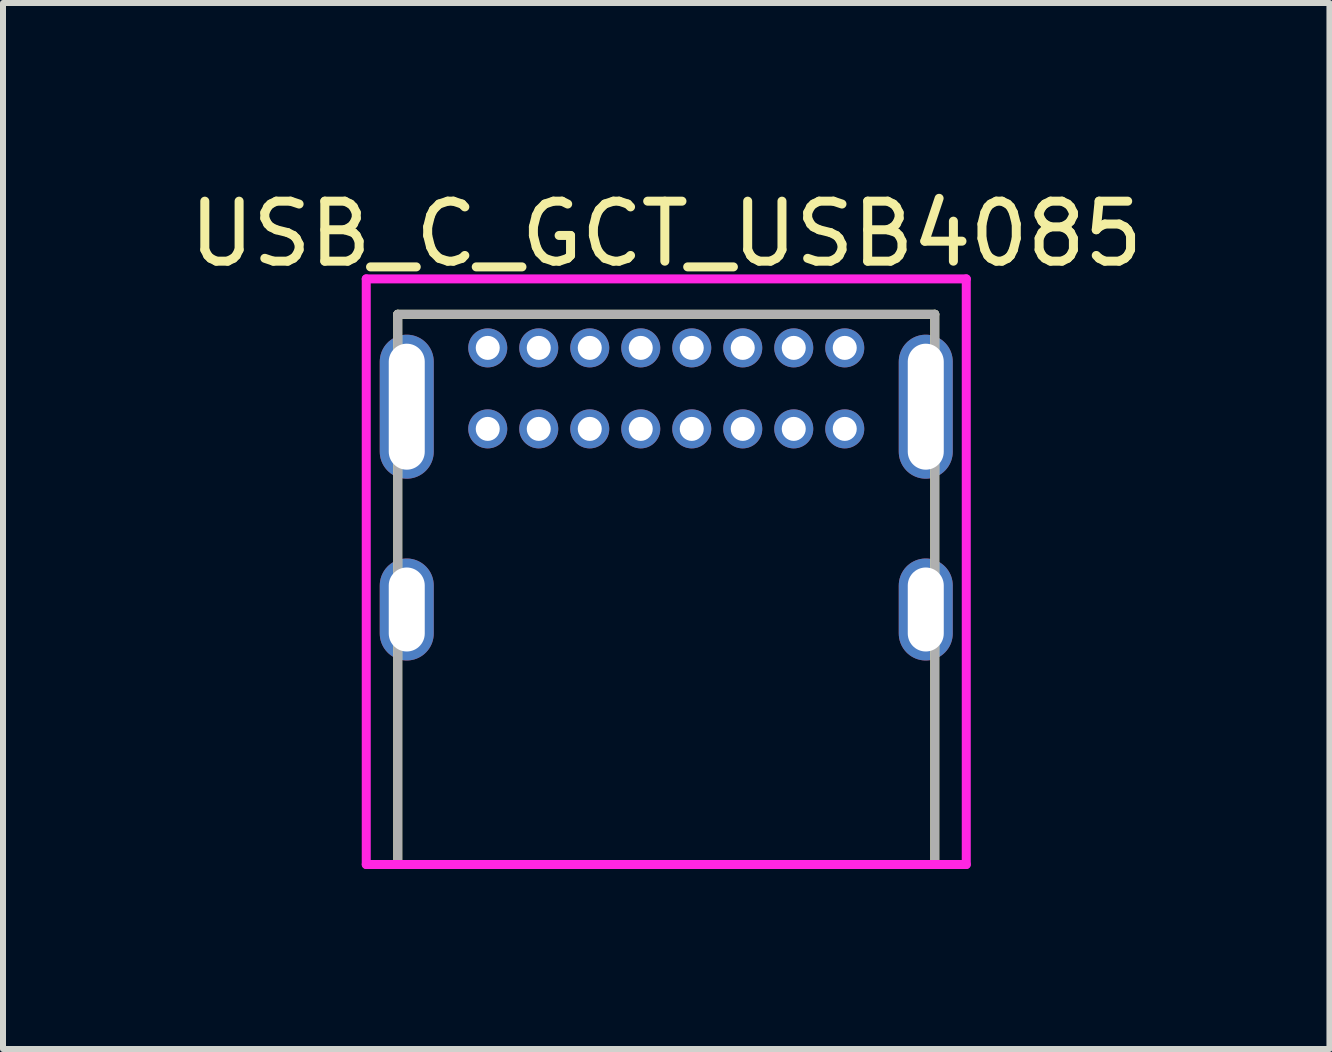
<source format=kicad_pcb>
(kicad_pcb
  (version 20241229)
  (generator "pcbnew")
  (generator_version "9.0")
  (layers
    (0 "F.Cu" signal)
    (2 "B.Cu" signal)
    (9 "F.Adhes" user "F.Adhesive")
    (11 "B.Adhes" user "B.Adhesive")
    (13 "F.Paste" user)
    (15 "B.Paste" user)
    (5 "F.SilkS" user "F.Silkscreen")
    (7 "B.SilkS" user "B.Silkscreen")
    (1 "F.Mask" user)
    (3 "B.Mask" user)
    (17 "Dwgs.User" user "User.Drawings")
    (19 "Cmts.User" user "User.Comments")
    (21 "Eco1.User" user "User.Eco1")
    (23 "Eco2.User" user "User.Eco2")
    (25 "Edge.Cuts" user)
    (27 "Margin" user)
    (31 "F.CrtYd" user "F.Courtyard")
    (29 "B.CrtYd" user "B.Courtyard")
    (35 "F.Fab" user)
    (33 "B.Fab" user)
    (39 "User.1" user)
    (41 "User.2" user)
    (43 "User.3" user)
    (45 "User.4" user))
  (footprint "USB_C_GCT_USB4085"
    (layer "F.Cu")
    (at 8.054 8.848)
    (property "Reference" "USB_C_GCT_USB4085" (at 0 -8 0) (layer "F.SilkS") (effects (font (size 1 1) (thickness 0.15))))
    (attr through_hole)
    (fp_line (start -4.475 -6.66) (end 4.475 -6.66) (stroke (width 0.15) (type solid)) (layer "F.SilkS"))
    (fp_line (start -4.475 2.51) (end -4.475 -6.66) (stroke (width 0.15) (type solid)) (layer "F.SilkS"))
    (fp_line (start 4.475 -6.66) (end 4.475 2.51) (stroke (width 0.15) (type solid)) (layer "F.SilkS"))
    (fp_line (start 4.475 2.51) (end -4.475 2.51) (stroke (width 0.15) (type solid)) (layer "F.SilkS"))
    (fp_line (start -5 -7.25) (end 5 -7.25) (stroke (width 0.15) (type solid)) (layer "F.CrtYd"))
    (fp_line (start -5 2.51) (end -5 -7.25) (stroke (width 0.15) (type solid)) (layer "F.CrtYd"))
    (fp_line (start 5 -7.25) (end 5 2.51) (stroke (width 0.15) (type solid)) (layer "F.CrtYd"))
    (fp_line (start 5 2.51) (end -5 2.51) (stroke (width 0.15) (type solid)) (layer "F.CrtYd"))
    (fp_line (start -4.475 -6.66) (end 4.475 -6.66) (stroke (width 0.15) (type solid)) (layer "F.Fab"))
    (fp_line (start -4.475 2.51) (end -4.475 -6.66) (stroke (width 0.15) (type solid)) (layer "F.Fab"))
    (fp_line (start -4.475 2.51) (end 4.475 2.51) (stroke (width 0.15) (type solid)) (layer "F.Fab"))
    (fp_line (start 4.475 -6.66) (end 4.475 2.51) (stroke (width 0.15) (type solid)) (layer "F.Fab"))
    (pad "A1" thru_hole circle (at -2.975 -6.1) (size 0.65 0.65) (drill 0.4) (layers "*.Cu" "*.Mask"))
    (pad "A4" thru_hole circle (at -2.125 -6.1) (size 0.65 0.65) (drill 0.4) (layers "*.Cu" "*.Mask"))
    (pad "A5" thru_hole circle (at -1.275 -6.1) (size 0.65 0.65) (drill 0.4) (layers "*.Cu" "*.Mask"))
    (pad "A6" thru_hole circle (at -0.425 -6.1) (size 0.65 0.65) (drill 0.4) (layers "*.Cu" "*.Mask"))
    (pad "A7" thru_hole circle (at 0.425 -6.1) (size 0.65 0.65) (drill 0.4) (layers "*.Cu" "*.Mask"))
    (pad "A8" thru_hole circle (at 1.275 -6.1) (size 0.65 0.65) (drill 0.4) (layers "*.Cu" "*.Mask"))
    (pad "A9" thru_hole circle (at 2.125 -6.1) (size 0.65 0.65) (drill 0.4) (layers "*.Cu" "*.Mask"))
    (pad "A12" thru_hole circle (at 2.975 -6.1) (size 0.65 0.65) (drill 0.4) (layers "*.Cu" "*.Mask"))
    (pad "B1" thru_hole circle (at 2.975 -4.75) (size 0.65 0.65) (drill 0.4) (layers "*.Cu" "*.Mask"))
    (pad "B4" thru_hole circle (at 2.125 -4.75) (size 0.65 0.65) (drill 0.4) (layers "*.Cu" "*.Mask"))
    (pad "B5" thru_hole circle (at 1.275 -4.75) (size 0.65 0.65) (drill 0.4) (layers "*.Cu" "*.Mask"))
    (pad "B6" thru_hole circle (at 0.425 -4.75) (size 0.65 0.65) (drill 0.4) (layers "*.Cu" "*.Mask"))
    (pad "B7" thru_hole circle (at -0.425 -4.75) (size 0.65 0.65) (drill 0.4) (layers "*.Cu" "*.Mask"))
    (pad "B8" thru_hole circle (at -1.275 -4.75) (size 0.65 0.65) (drill 0.4) (layers "*.Cu" "*.Mask"))
    (pad "B9" thru_hole circle (at -2.125 -4.75) (size 0.65 0.65) (drill 0.4) (layers "*.Cu" "*.Mask"))
    (pad "B12" thru_hole circle (at -2.975 -4.75) (size 0.65 0.65) (drill 0.4) (layers "*.Cu" "*.Mask"))
    (pad "S1" thru_hole oval (at -4.325 -5.12) (size 0.9 2.4) (drill oval 0.6 2.1) (layers "*.Cu" "*.Mask"))
    (pad "S1" thru_hole oval (at -4.325 -1.74) (size 0.9 1.7) (drill oval 0.6 1.4) (layers "*.Cu" "*.Mask"))
    (pad "S1" thru_hole oval (at 4.325 -5.12) (size 0.9 2.4) (drill oval 0.6 2.1) (layers "*.Cu" "*.Mask"))
    (pad "S1" thru_hole oval (at 4.325 -1.74) (size 0.9 1.7) (drill oval 0.6 1.4) (layers "*.Cu" "*.Mask")))
  (gr_rect
    (start -3 -3)
    (end 19.107 14.433)
    (stroke (width 0.1) (type default))
    (fill no)
    (layer "Edge.Cuts")))
</source>
